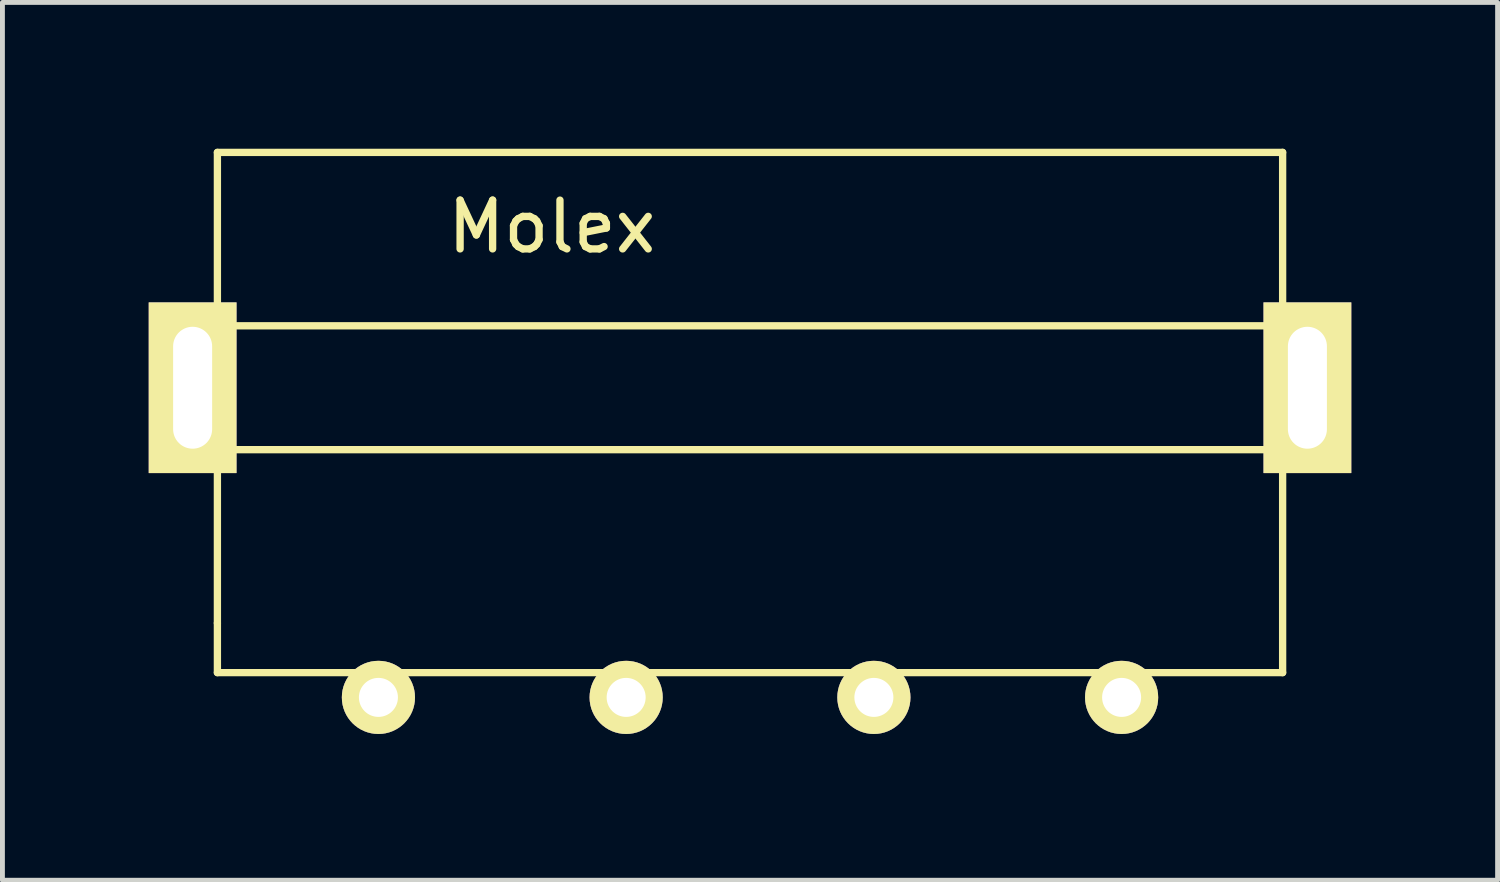
<source format=kicad_pcb>
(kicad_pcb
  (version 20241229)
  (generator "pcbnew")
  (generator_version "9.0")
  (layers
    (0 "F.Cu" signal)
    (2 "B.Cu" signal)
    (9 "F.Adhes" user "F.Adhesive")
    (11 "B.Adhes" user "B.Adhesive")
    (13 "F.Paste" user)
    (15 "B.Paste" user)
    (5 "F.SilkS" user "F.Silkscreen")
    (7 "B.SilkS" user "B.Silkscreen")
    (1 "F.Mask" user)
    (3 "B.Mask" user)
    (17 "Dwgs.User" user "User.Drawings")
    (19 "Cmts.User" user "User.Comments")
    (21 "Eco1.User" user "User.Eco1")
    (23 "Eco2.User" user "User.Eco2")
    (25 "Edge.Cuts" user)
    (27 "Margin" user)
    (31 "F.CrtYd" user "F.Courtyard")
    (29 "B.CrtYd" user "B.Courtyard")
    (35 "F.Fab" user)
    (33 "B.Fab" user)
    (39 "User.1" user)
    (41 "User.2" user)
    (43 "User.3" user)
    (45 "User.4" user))
  (footprint "Molex"
    (layer "F.Cu")
    (at 12.33 11.251)
    (property "Reference" "Molex" (at -4.064 -9.652 0) (layer "F.SilkS") (effects (font (size 1 1) (thickness 0.15))))
    (attr through_hole)
    (fp_line (start -11.43 -7.62) (end -11.43 -5.08) (stroke (width 0.15) (type solid)) (layer "F.SilkS"))
    (fp_line (start -11.43 -7.62) (end 11.43 -7.62) (stroke (width 0.15) (type solid)) (layer "F.SilkS"))
    (fp_line (start -10.922 -7.62) (end -10.922 -11.176) (stroke (width 0.15) (type solid)) (layer "F.SilkS"))
    (fp_line (start -10.922 -5.08) (end -10.922 -1.524) (stroke (width 0.15) (type solid)) (layer "F.SilkS"))
    (fp_line (start -10.922 -1.524) (end -10.922 -0.508) (stroke (width 0.15) (type solid)) (layer "F.SilkS"))
    (fp_line (start -10.922 -0.508) (end 10.922 -0.508) (stroke (width 0.15) (type solid)) (layer "F.SilkS"))
    (fp_line (start 10.922 -11.176) (end -10.922 -11.176) (stroke (width 0.15) (type solid)) (layer "F.SilkS"))
    (fp_line (start 10.922 -11.176) (end 10.922 -7.62) (stroke (width 0.15) (type solid)) (layer "F.SilkS"))
    (fp_line (start 10.922 -0.508) (end 10.922 -5.08) (stroke (width 0.15) (type solid)) (layer "F.SilkS"))
    (fp_line (start 11.43 -5.08) (end -11.43 -5.08) (stroke (width 0.15) (type solid)) (layer "F.SilkS"))
    (fp_line (start 11.43 -5.08) (end 11.43 -7.62) (stroke (width 0.15) (type solid)) (layer "F.SilkS"))
    (pad "1" thru_hole circle (at 7.62 0) (size 1.5 1.5) (drill 0.8) (layers "*.Cu" "*.Mask" "F.SilkS"))
    (pad "2" thru_hole circle (at 2.54 0) (size 1.5 1.5) (drill 0.8) (layers "*.Cu" "*.Mask" "F.SilkS"))
    (pad "3" thru_hole circle (at -2.54 0) (size 1.5 1.5) (drill 0.8) (layers "*.Cu" "*.Mask" "F.SilkS"))
    (pad "4" thru_hole circle (at -7.62 0) (size 1.5 1.5) (drill 0.8) (layers "*.Cu" "*.Mask" "F.SilkS"))
    (pad "6" thru_hole rect (at -11.43 -6.35) (size 1.8 3.5) (drill oval 0.8 2.5) (layers "*.Cu" "*.Mask" "F.SilkS"))
    (pad "6" thru_hole rect (at 11.43 -6.35) (size 1.8 3.5) (drill oval 0.8 2.5) (layers "*.Cu" "*.Mask" "F.SilkS")))
  (gr_rect
    (start -3 -3)
    (end 27.66 15.001)
    (stroke (width 0.1) (type default))
    (fill no)
    (layer "Edge.Cuts")))
</source>
